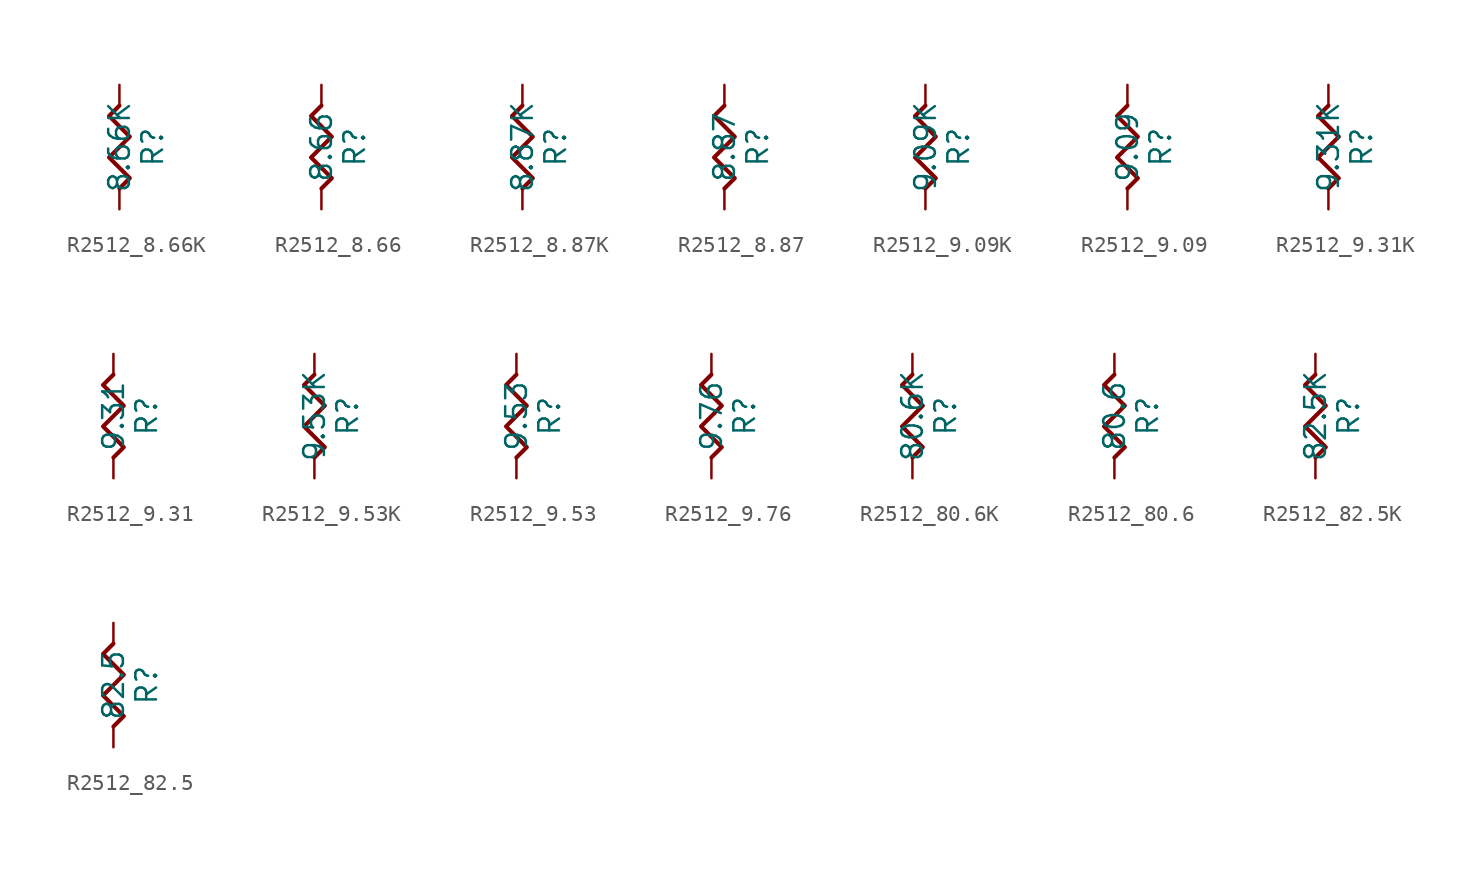
<source format=kicad_sym>
(kicad_symbol_lib
  (version 20211014)
  (generator atlantix-eda)
  (symbol "R2512_8.66K"
    (pin_numbers hide)
    (pin_names
      (offset 0))
    (property "Reference" "R"
      (at 2.032 0 90)
      (effects (font (size 1.27 1.27))))
    (property "Value" "8.66K"
      (at 0 0 90)
      (effects (font (size 1.27 1.27))))
    (symbol "R2512_8.66K_0_1"
      (polyline (pts (xy 0 -2.54) (xy 0.635 -1.905) (xy -0.635 -0.635) (xy 0.635 0.635) (xy -0.635 1.905) (xy 0 2.54)) (stroke (width 0.254) (type default) (color 0 0 0 0)) (fill (type none))))
    (symbol "R2512_8.66K_1_1"
      (pin passive line (at 0 3.81 270) (length 1.27) (name "~" (effects (font (size 1.27 1.27)))) (number "1" (effects (font (size 1.27 1.27)))))
      (pin passive line (at 0 -3.81 90) (length 1.27) (name "~" (effects (font (size 1.27 1.27)))) (number "2" (effects (font (size 1.27 1.27)))))))
  (symbol "R2512_8.66"
    (pin_numbers hide)
    (pin_names
      (offset 0))
    (property "Reference" "R"
      (at 2.032 0 90)
      (effects (font (size 1.27 1.27))))
    (property "Value" "8.66"
      (at 0 0 90)
      (effects (font (size 1.27 1.27))))
    (symbol "R2512_8.66_0_1"
      (polyline (pts (xy 0 -2.54) (xy 0.635 -1.905) (xy -0.635 -0.635) (xy 0.635 0.635) (xy -0.635 1.905) (xy 0 2.54)) (stroke (width 0.254) (type default) (color 0 0 0 0)) (fill (type none))))
    (symbol "R2512_8.66_1_1"
      (pin passive line (at 0 3.81 270) (length 1.27) (name "~" (effects (font (size 1.27 1.27)))) (number "1" (effects (font (size 1.27 1.27)))))
      (pin passive line (at 0 -3.81 90) (length 1.27) (name "~" (effects (font (size 1.27 1.27)))) (number "2" (effects (font (size 1.27 1.27)))))))
  (symbol "R2512_8.87K"
    (pin_numbers hide)
    (pin_names
      (offset 0))
    (property "Reference" "R"
      (at 2.032 0 90)
      (effects (font (size 1.27 1.27))))
    (property "Value" "8.87K"
      (at 0 0 90)
      (effects (font (size 1.27 1.27))))
    (symbol "R2512_8.87K_0_1"
      (polyline (pts (xy 0 -2.54) (xy 0.635 -1.905) (xy -0.635 -0.635) (xy 0.635 0.635) (xy -0.635 1.905) (xy 0 2.54)) (stroke (width 0.254) (type default) (color 0 0 0 0)) (fill (type none))))
    (symbol "R2512_8.87K_1_1"
      (pin passive line (at 0 3.81 270) (length 1.27) (name "~" (effects (font (size 1.27 1.27)))) (number "1" (effects (font (size 1.27 1.27)))))
      (pin passive line (at 0 -3.81 90) (length 1.27) (name "~" (effects (font (size 1.27 1.27)))) (number "2" (effects (font (size 1.27 1.27)))))))
  (symbol "R2512_8.87"
    (pin_numbers hide)
    (pin_names
      (offset 0))
    (property "Reference" "R"
      (at 2.032 0 90)
      (effects (font (size 1.27 1.27))))
    (property "Value" "8.87"
      (at 0 0 90)
      (effects (font (size 1.27 1.27))))
    (symbol "R2512_8.87_0_1"
      (polyline (pts (xy 0 -2.54) (xy 0.635 -1.905) (xy -0.635 -0.635) (xy 0.635 0.635) (xy -0.635 1.905) (xy 0 2.54)) (stroke (width 0.254) (type default) (color 0 0 0 0)) (fill (type none))))
    (symbol "R2512_8.87_1_1"
      (pin passive line (at 0 3.81 270) (length 1.27) (name "~" (effects (font (size 1.27 1.27)))) (number "1" (effects (font (size 1.27 1.27)))))
      (pin passive line (at 0 -3.81 90) (length 1.27) (name "~" (effects (font (size 1.27 1.27)))) (number "2" (effects (font (size 1.27 1.27)))))))
  (symbol "R2512_9.09K"
    (pin_numbers hide)
    (pin_names
      (offset 0))
    (property "Reference" "R"
      (at 2.032 0 90)
      (effects (font (size 1.27 1.27))))
    (property "Value" "9.09K"
      (at 0 0 90)
      (effects (font (size 1.27 1.27))))
    (symbol "R2512_9.09K_0_1"
      (polyline (pts (xy 0 -2.54) (xy 0.635 -1.905) (xy -0.635 -0.635) (xy 0.635 0.635) (xy -0.635 1.905) (xy 0 2.54)) (stroke (width 0.254) (type default) (color 0 0 0 0)) (fill (type none))))
    (symbol "R2512_9.09K_1_1"
      (pin passive line (at 0 3.81 270) (length 1.27) (name "~" (effects (font (size 1.27 1.27)))) (number "1" (effects (font (size 1.27 1.27)))))
      (pin passive line (at 0 -3.81 90) (length 1.27) (name "~" (effects (font (size 1.27 1.27)))) (number "2" (effects (font (size 1.27 1.27)))))))
  (symbol "R2512_9.09"
    (pin_numbers hide)
    (pin_names
      (offset 0))
    (property "Reference" "R"
      (at 2.032 0 90)
      (effects (font (size 1.27 1.27))))
    (property "Value" "9.09"
      (at 0 0 90)
      (effects (font (size 1.27 1.27))))
    (symbol "R2512_9.09_0_1"
      (polyline (pts (xy 0 -2.54) (xy 0.635 -1.905) (xy -0.635 -0.635) (xy 0.635 0.635) (xy -0.635 1.905) (xy 0 2.54)) (stroke (width 0.254) (type default) (color 0 0 0 0)) (fill (type none))))
    (symbol "R2512_9.09_1_1"
      (pin passive line (at 0 3.81 270) (length 1.27) (name "~" (effects (font (size 1.27 1.27)))) (number "1" (effects (font (size 1.27 1.27)))))
      (pin passive line (at 0 -3.81 90) (length 1.27) (name "~" (effects (font (size 1.27 1.27)))) (number "2" (effects (font (size 1.27 1.27)))))))
  (symbol "R2512_9.31K"
    (pin_numbers hide)
    (pin_names
      (offset 0))
    (property "Reference" "R"
      (at 2.032 0 90)
      (effects (font (size 1.27 1.27))))
    (property "Value" "9.31K"
      (at 0 0 90)
      (effects (font (size 1.27 1.27))))
    (symbol "R2512_9.31K_0_1"
      (polyline (pts (xy 0 -2.54) (xy 0.635 -1.905) (xy -0.635 -0.635) (xy 0.635 0.635) (xy -0.635 1.905) (xy 0 2.54)) (stroke (width 0.254) (type default) (color 0 0 0 0)) (fill (type none))))
    (symbol "R2512_9.31K_1_1"
      (pin passive line (at 0 3.81 270) (length 1.27) (name "~" (effects (font (size 1.27 1.27)))) (number "1" (effects (font (size 1.27 1.27)))))
      (pin passive line (at 0 -3.81 90) (length 1.27) (name "~" (effects (font (size 1.27 1.27)))) (number "2" (effects (font (size 1.27 1.27)))))))
  (symbol "R2512_9.31"
    (pin_numbers hide)
    (pin_names
      (offset 0))
    (property "Reference" "R"
      (at 2.032 0 90)
      (effects (font (size 1.27 1.27))))
    (property "Value" "9.31"
      (at 0 0 90)
      (effects (font (size 1.27 1.27))))
    (symbol "R2512_9.31_0_1"
      (polyline (pts (xy 0 -2.54) (xy 0.635 -1.905) (xy -0.635 -0.635) (xy 0.635 0.635) (xy -0.635 1.905) (xy 0 2.54)) (stroke (width 0.254) (type default) (color 0 0 0 0)) (fill (type none))))
    (symbol "R2512_9.31_1_1"
      (pin passive line (at 0 3.81 270) (length 1.27) (name "~" (effects (font (size 1.27 1.27)))) (number "1" (effects (font (size 1.27 1.27)))))
      (pin passive line (at 0 -3.81 90) (length 1.27) (name "~" (effects (font (size 1.27 1.27)))) (number "2" (effects (font (size 1.27 1.27)))))))
  (symbol "R2512_9.53K"
    (pin_numbers hide)
    (pin_names
      (offset 0))
    (property "Reference" "R"
      (at 2.032 0 90)
      (effects (font (size 1.27 1.27))))
    (property "Value" "9.53K"
      (at 0 0 90)
      (effects (font (size 1.27 1.27))))
    (symbol "R2512_9.53K_0_1"
      (polyline (pts (xy 0 -2.54) (xy 0.635 -1.905) (xy -0.635 -0.635) (xy 0.635 0.635) (xy -0.635 1.905) (xy 0 2.54)) (stroke (width 0.254) (type default) (color 0 0 0 0)) (fill (type none))))
    (symbol "R2512_9.53K_1_1"
      (pin passive line (at 0 3.81 270) (length 1.27) (name "~" (effects (font (size 1.27 1.27)))) (number "1" (effects (font (size 1.27 1.27)))))
      (pin passive line (at 0 -3.81 90) (length 1.27) (name "~" (effects (font (size 1.27 1.27)))) (number "2" (effects (font (size 1.27 1.27)))))))
  (symbol "R2512_9.53"
    (pin_numbers hide)
    (pin_names
      (offset 0))
    (property "Reference" "R"
      (at 2.032 0 90)
      (effects (font (size 1.27 1.27))))
    (property "Value" "9.53"
      (at 0 0 90)
      (effects (font (size 1.27 1.27))))
    (symbol "R2512_9.53_0_1"
      (polyline (pts (xy 0 -2.54) (xy 0.635 -1.905) (xy -0.635 -0.635) (xy 0.635 0.635) (xy -0.635 1.905) (xy 0 2.54)) (stroke (width 0.254) (type default) (color 0 0 0 0)) (fill (type none))))
    (symbol "R2512_9.53_1_1"
      (pin passive line (at 0 3.81 270) (length 1.27) (name "~" (effects (font (size 1.27 1.27)))) (number "1" (effects (font (size 1.27 1.27)))))
      (pin passive line (at 0 -3.81 90) (length 1.27) (name "~" (effects (font (size 1.27 1.27)))) (number "2" (effects (font (size 1.27 1.27)))))))
  (symbol "R2512_9.76"
    (pin_numbers hide)
    (pin_names
      (offset 0))
    (property "Reference" "R"
      (at 2.032 0 90)
      (effects (font (size 1.27 1.27))))
    (property "Value" "9.76"
      (at 0 0 90)
      (effects (font (size 1.27 1.27))))
    (symbol "R2512_9.76_0_1"
      (polyline (pts (xy 0 -2.54) (xy 0.635 -1.905) (xy -0.635 -0.635) (xy 0.635 0.635) (xy -0.635 1.905) (xy 0 2.54)) (stroke (width 0.254) (type default) (color 0 0 0 0)) (fill (type none))))
    (symbol "R2512_9.76_1_1"
      (pin passive line (at 0 3.81 270) (length 1.27) (name "~" (effects (font (size 1.27 1.27)))) (number "1" (effects (font (size 1.27 1.27)))))
      (pin passive line (at 0 -3.81 90) (length 1.27) (name "~" (effects (font (size 1.27 1.27)))) (number "2" (effects (font (size 1.27 1.27)))))))
  (symbol "R2512_80.6K"
    (pin_numbers hide)
    (pin_names
      (offset 0))
    (property "Reference" "R"
      (at 2.032 0 90)
      (effects (font (size 1.27 1.27))))
    (property "Value" "80.6K"
      (at 0 0 90)
      (effects (font (size 1.27 1.27))))
    (symbol "R2512_80.6K_0_1"
      (polyline (pts (xy 0 -2.54) (xy 0.635 -1.905) (xy -0.635 -0.635) (xy 0.635 0.635) (xy -0.635 1.905) (xy 0 2.54)) (stroke (width 0.254) (type default) (color 0 0 0 0)) (fill (type none))))
    (symbol "R2512_80.6K_1_1"
      (pin passive line (at 0 3.81 270) (length 1.27) (name "~" (effects (font (size 1.27 1.27)))) (number "1" (effects (font (size 1.27 1.27)))))
      (pin passive line (at 0 -3.81 90) (length 1.27) (name "~" (effects (font (size 1.27 1.27)))) (number "2" (effects (font (size 1.27 1.27)))))))
  (symbol "R2512_80.6"
    (pin_numbers hide)
    (pin_names
      (offset 0))
    (property "Reference" "R"
      (at 2.032 0 90)
      (effects (font (size 1.27 1.27))))
    (property "Value" "80.6"
      (at 0 0 90)
      (effects (font (size 1.27 1.27))))
    (symbol "R2512_80.6_0_1"
      (polyline (pts (xy 0 -2.54) (xy 0.635 -1.905) (xy -0.635 -0.635) (xy 0.635 0.635) (xy -0.635 1.905) (xy 0 2.54)) (stroke (width 0.254) (type default) (color 0 0 0 0)) (fill (type none))))
    (symbol "R2512_80.6_1_1"
      (pin passive line (at 0 3.81 270) (length 1.27) (name "~" (effects (font (size 1.27 1.27)))) (number "1" (effects (font (size 1.27 1.27)))))
      (pin passive line (at 0 -3.81 90) (length 1.27) (name "~" (effects (font (size 1.27 1.27)))) (number "2" (effects (font (size 1.27 1.27)))))))
  (symbol "R2512_82.5K"
    (pin_numbers hide)
    (pin_names
      (offset 0))
    (property "Reference" "R"
      (at 2.032 0 90)
      (effects (font (size 1.27 1.27))))
    (property "Value" "82.5K"
      (at 0 0 90)
      (effects (font (size 1.27 1.27))))
    (symbol "R2512_82.5K_0_1"
      (polyline (pts (xy 0 -2.54) (xy 0.635 -1.905) (xy -0.635 -0.635) (xy 0.635 0.635) (xy -0.635 1.905) (xy 0 2.54)) (stroke (width 0.254) (type default) (color 0 0 0 0)) (fill (type none))))
    (symbol "R2512_82.5K_1_1"
      (pin passive line (at 0 3.81 270) (length 1.27) (name "~" (effects (font (size 1.27 1.27)))) (number "1" (effects (font (size 1.27 1.27)))))
      (pin passive line (at 0 -3.81 90) (length 1.27) (name "~" (effects (font (size 1.27 1.27)))) (number "2" (effects (font (size 1.27 1.27)))))))
  (symbol "R2512_82.5"
    (pin_numbers hide)
    (pin_names
      (offset 0))
    (property "Reference" "R"
      (at 2.032 0 90)
      (effects (font (size 1.27 1.27))))
    (property "Value" "82.5"
      (at 0 0 90)
      (effects (font (size 1.27 1.27))))
    (symbol "R2512_82.5_0_1"
      (polyline (pts (xy 0 -2.54) (xy 0.635 -1.905) (xy -0.635 -0.635) (xy 0.635 0.635) (xy -0.635 1.905) (xy 0 2.54)) (stroke (width 0.254) (type default) (color 0 0 0 0)) (fill (type none))))
    (symbol "R2512_82.5_1_1"
      (pin passive line (at 0 3.81 270) (length 1.27) (name "~" (effects (font (size 1.27 1.27)))) (number "1" (effects (font (size 1.27 1.27)))))
      (pin passive line (at 0 -3.81 90) (length 1.27) (name "~" (effects (font (size 1.27 1.27)))) (number "2" (effects (font (size 1.27 1.27))))))))
</source>
